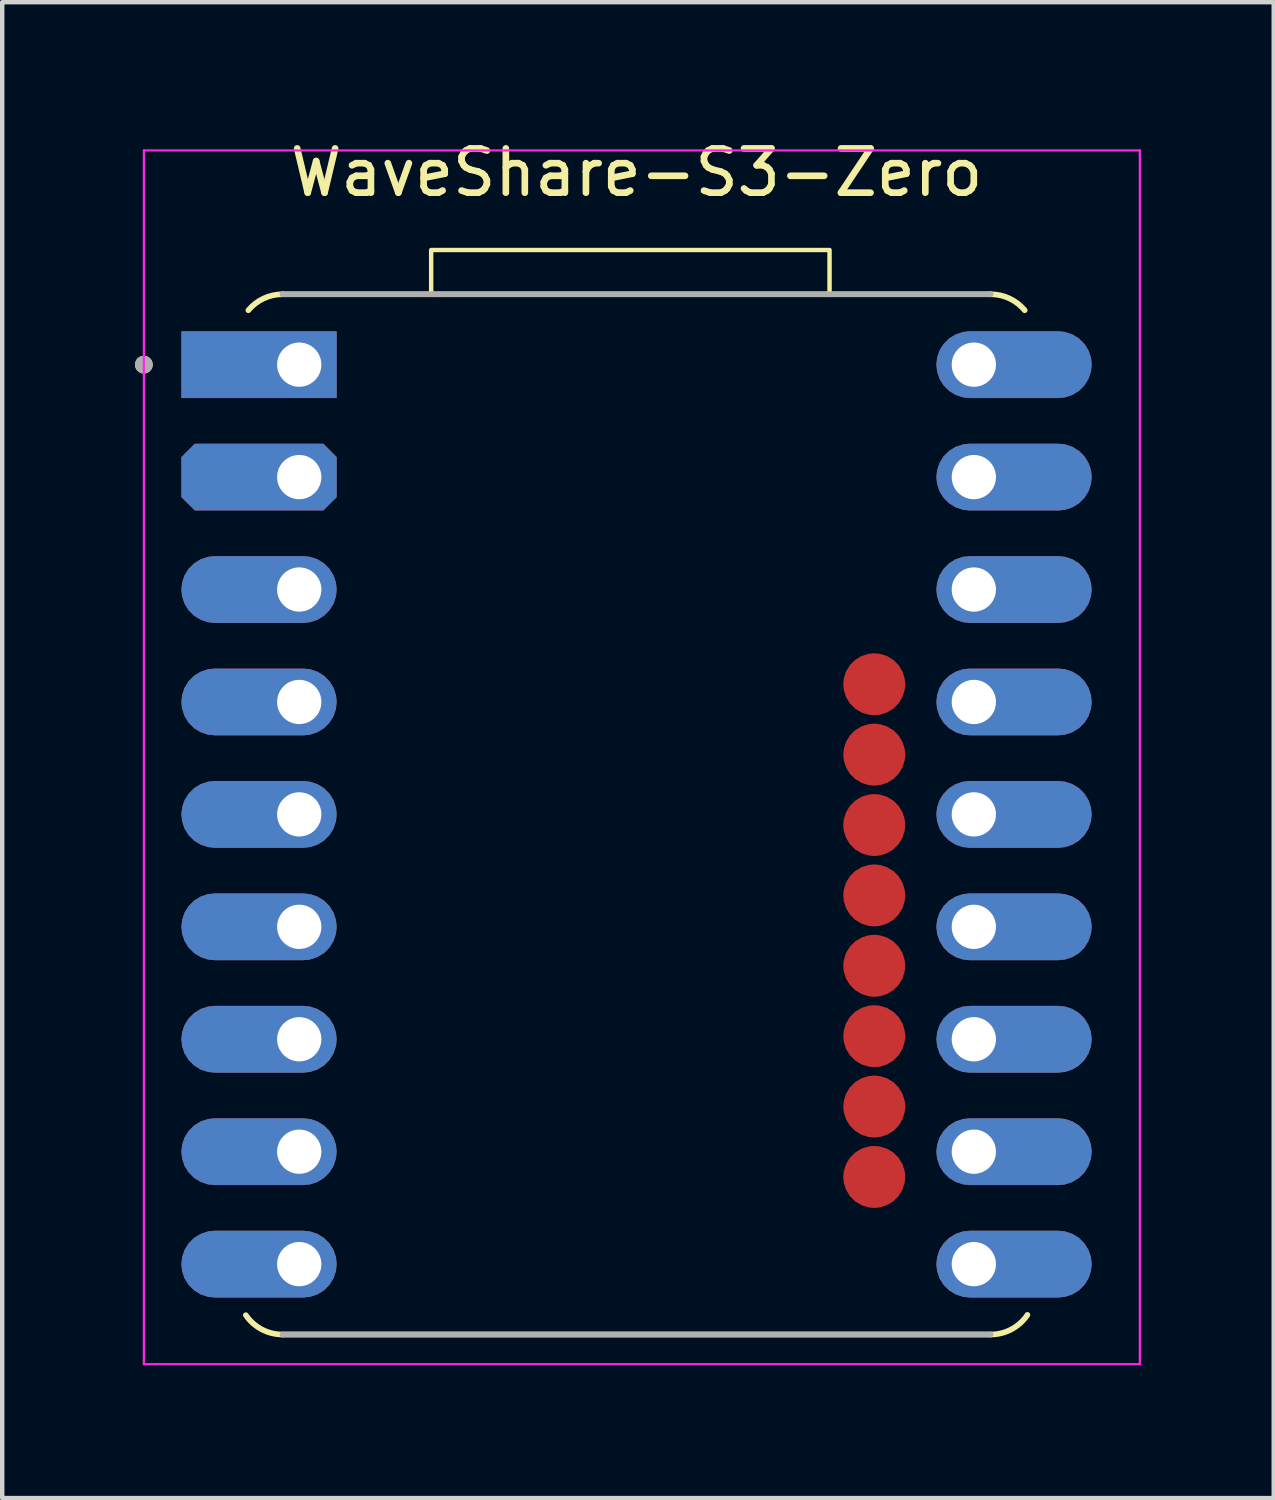
<source format=kicad_pcb>
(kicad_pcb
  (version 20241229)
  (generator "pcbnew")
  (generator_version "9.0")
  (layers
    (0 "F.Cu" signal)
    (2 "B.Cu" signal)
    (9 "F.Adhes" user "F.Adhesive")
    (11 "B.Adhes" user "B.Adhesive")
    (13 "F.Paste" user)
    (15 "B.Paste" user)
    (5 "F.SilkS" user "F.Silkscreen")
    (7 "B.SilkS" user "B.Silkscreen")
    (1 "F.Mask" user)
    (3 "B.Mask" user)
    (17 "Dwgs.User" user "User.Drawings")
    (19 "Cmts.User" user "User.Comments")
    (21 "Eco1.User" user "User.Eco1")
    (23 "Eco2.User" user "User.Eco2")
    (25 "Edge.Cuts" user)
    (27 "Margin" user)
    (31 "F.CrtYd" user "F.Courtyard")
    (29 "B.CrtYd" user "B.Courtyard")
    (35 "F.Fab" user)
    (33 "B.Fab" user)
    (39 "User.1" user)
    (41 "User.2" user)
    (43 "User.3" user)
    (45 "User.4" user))
  (footprint "WaveShare-S3-Zero"
    (layer "F.Cu")
    (at 11.2 15.268)
    (property "Reference" "WaveShare-S3-Zero" (at 0.13 -14.42 0) (layer "F.SilkS") (effects (font (size 1 1) (thickness 0.15))))
    (attr through_hole)
    (fp_line (start -7.87 -11.67) (end -4.48 -11.67) (stroke (width 0.127) (type solid)) (layer "F.SilkS"))
    (fp_line (start -4.48 -11.67) (end 4.46 -11.67) (stroke (width 0.127) (type solid)) (layer "F.SilkS"))
    (fp_line (start 4.46 -11.67) (end 8.13 -11.67) (stroke (width 0.127) (type solid)) (layer "F.SilkS"))
    (fp_line (start 8.13 11.83) (end -7.87 11.83) (stroke (width 0.127) (type solid)) (layer "F.SilkS"))
    (fp_rect (start -4.51 -12.67) (end 4.49 -11.67) (stroke (width 0.1) (type solid)) (fill no) (layer "F.SilkS"))
    (fp_arc (start -8.639482 -11.30867) (mid -8.295048 -11.575172) (end -7.87 -11.67) (stroke (width 0.127) (type solid)) (layer "F.SilkS"))
    (fp_arc (start -7.87 11.83) (mid -8.337502 11.713993) (end -8.696536 11.392885) (stroke (width 0.127) (type solid)) (layer "F.SilkS"))
    (fp_arc (start 8.13 -11.67) (mid 8.555047 -11.575171) (end 8.899481 -11.308669) (stroke (width 0.127) (type solid)) (layer "F.SilkS"))
    (fp_arc (start 8.96077 11.386616) (mid 8.600842 11.712218) (end 8.13 11.83) (stroke (width 0.127) (type solid)) (layer "F.SilkS"))
    (fp_circle (center -11 -10.08) (end -10.9 -10.08) (stroke (width 0.2) (type solid)) (fill no) (layer "F.SilkS"))
    (fp_line (start -11 -14.92) (end -11 12.5) (stroke (width 0.05) (type solid)) (layer "F.CrtYd"))
    (fp_line (start -11 12.5) (end 11.5 12.5) (stroke (width 0.05) (type solid)) (layer "F.CrtYd"))
    (fp_line (start 11.5 -14.92) (end -11 -14.92) (stroke (width 0.05) (type solid)) (layer "F.CrtYd"))
    (fp_line (start 11.5 12.5) (end 11.5 -14.92) (stroke (width 0.05) (type solid)) (layer "F.CrtYd"))
    (fp_line (start -7.87 -11.67) (end -4.48 -11.67) (stroke (width 0.127) (type solid)) (layer "F.Fab"))
    (fp_line (start -4.48 -11.67) (end 4.46 -11.67) (stroke (width 0.127) (type solid)) (layer "F.Fab"))
    (fp_line (start 4.46 -11.67) (end 8.13 -11.67) (stroke (width 0.127) (type solid)) (layer "F.Fab"))
    (fp_line (start 8.13 11.83) (end -7.87 11.83) (stroke (width 0.127) (type solid)) (layer "F.Fab"))
    (fp_circle (center -11 -10.08) (end -10.9 -10.08) (stroke (width 0.2) (type solid)) (fill no) (layer "F.Fab"))
    (pad "1" thru_hole roundrect (at -7.49 -2.46) (size 3.508 1.508) (drill 1 (offset -0.908 0)) (layers "*.Cu" "*.Mask") (roundrect_rratio 0.5))
    (pad "2" thru_hole roundrect (at -7.49 0.08) (size 3.508 1.508) (drill 1 (offset -0.908 0)) (layers "*.Cu" "*.Mask") (roundrect_rratio 0.5))
    (pad "3" thru_hole roundrect (at -7.49 2.62) (size 3.508 1.508) (drill 1 (offset -0.908 0)) (layers "*.Cu" "*.Mask") (roundrect_rratio 0.5))
    (pad "3V3" thru_hole roundrect (at -7.49 -5) (size 3.508 1.508) (drill 1 (offset -0.908 0)) (layers "*.Cu" "*.Mask") (roundrect_rratio 0.5))
    (pad "4" thru_hole roundrect (at -7.49 5.16) (size 3.508 1.508) (drill 1 (offset -0.908 0)) (layers "*.Cu" "*.Mask") (roundrect_rratio 0.5))
    (pad "5" thru_hole roundrect (at -7.49 7.7) (size 3.508 1.508) (drill 1 (offset -0.908 0)) (layers "*.Cu" "*.Mask") (roundrect_rratio 0.5))
    (pad "5V" thru_hole rect (at -7.49 -10.08) (size 3.508 1.508) (drill 1 (offset -0.908 0)) (layers "*.Cu" "*.Mask"))
    (pad "6" thru_hole roundrect (at -7.49 10.24) (size 3.508 1.508) (drill 1 (offset -0.908 0)) (layers "*.Cu" "*.Mask") (roundrect_rratio 0.5))
    (pad "7" thru_hole roundrect (at 7.75 10.24) (size 3.508 1.508) (drill 1 (offset 0.908 0)) (layers "*.Cu" "*.Mask") (roundrect_rratio 0.5))
    (pad "8" thru_hole roundrect (at 7.75 7.7) (size 3.508 1.508) (drill 1 (offset 0.908 0)) (layers "*.Cu" "*.Mask") (roundrect_rratio 0.5))
    (pad "9" thru_hole roundrect (at 7.75 5.16) (size 3.508 1.508) (drill 1 (offset 0.908 0)) (layers "*.Cu" "*.Mask") (roundrect_rratio 0.5))
    (pad "10" thru_hole roundrect (at 7.75 2.62) (size 3.508 1.508) (drill 1 (offset 0.908 0)) (layers "*.Cu" "*.Mask") (roundrect_rratio 0.5))
    (pad "11" thru_hole roundrect (at 7.75 0.08) (size 3.508 1.508) (drill 1 (offset 0.908 0)) (layers "*.Cu" "*.Mask") (roundrect_rratio 0.5))
    (pad "12" thru_hole roundrect (at 7.75 -2.46) (size 3.508 1.508) (drill 1 (offset 0.908 0)) (layers "*.Cu" "*.Mask") (roundrect_rratio 0.5))
    (pad "13" thru_hole roundrect (at 7.75 -5) (size 3.508 1.508) (drill 1 (offset 0.908 0)) (layers "*.Cu" "*.Mask") (roundrect_rratio 0.5))
    (pad "17" smd roundrect (at 5.5 8.27) (size 1.4 1.4) (layers "F.Cu" "F.Mask" "F.Paste") (roundrect_rratio 0.5))
    (pad "18" smd roundrect (at 5.5 6.68) (size 1.4 1.4) (layers "F.Cu" "F.Mask" "F.Paste") (roundrect_rratio 0.5))
    (pad "38" smd roundrect (at 5.5 5.09) (size 1.4 1.4) (layers "F.Cu" "F.Mask" "F.Paste") (roundrect_rratio 0.5))
    (pad "39" smd roundrect (at 5.5 3.5) (size 1.4 1.4) (layers "F.Cu" "F.Mask" "F.Paste") (roundrect_rratio 0.5))
    (pad "40" smd roundrect (at 5.5 1.91) (size 1.4 1.4) (layers "F.Cu" "F.Mask" "F.Paste") (roundrect_rratio 0.5))
    (pad "41" smd roundrect (at 5.5 0.32) (size 1.4 1.4) (layers "F.Cu" "F.Mask" "F.Paste") (roundrect_rratio 0.5))
    (pad "42" smd roundrect (at 5.5 -1.27) (size 1.4 1.4) (layers "F.Cu" "F.Mask" "F.Paste") (roundrect_rratio 0.5))
    (pad "45" smd roundrect (at 5.5 -2.86) (size 1.4 1.4) (layers "F.Cu" "F.Mask" "F.Paste") (roundrect_rratio 0.5))
    (pad "GND" thru_hole roundrect (at -7.49 -7.54) (size 3.508 1.508) (drill 1 (offset -0.908 0)) (layers "*.Cu" "*.Mask") (roundrect_rratio 0) (chamfer_ratio 0.2) (chamfer top_left top_right bottom_left bottom_right))
    (pad "RX" thru_hole roundrect (at 7.75 -7.54) (size 3.508 1.508) (drill 1 (offset 0.908 0)) (layers "*.Cu" "*.Mask") (roundrect_rratio 0.5))
    (pad "TX" thru_hole roundrect (at 7.75 -10.08) (size 3.508 1.508) (drill 1 (offset 0.908 0)) (layers "*.Cu" "*.Mask") (roundrect_rratio 0.5)))
  (gr_rect
    (start -3 -3)
    (end 25.725 30.793)
    (stroke (width 0.1) (type default))
    (fill no)
    (layer "Edge.Cuts")))
</source>
